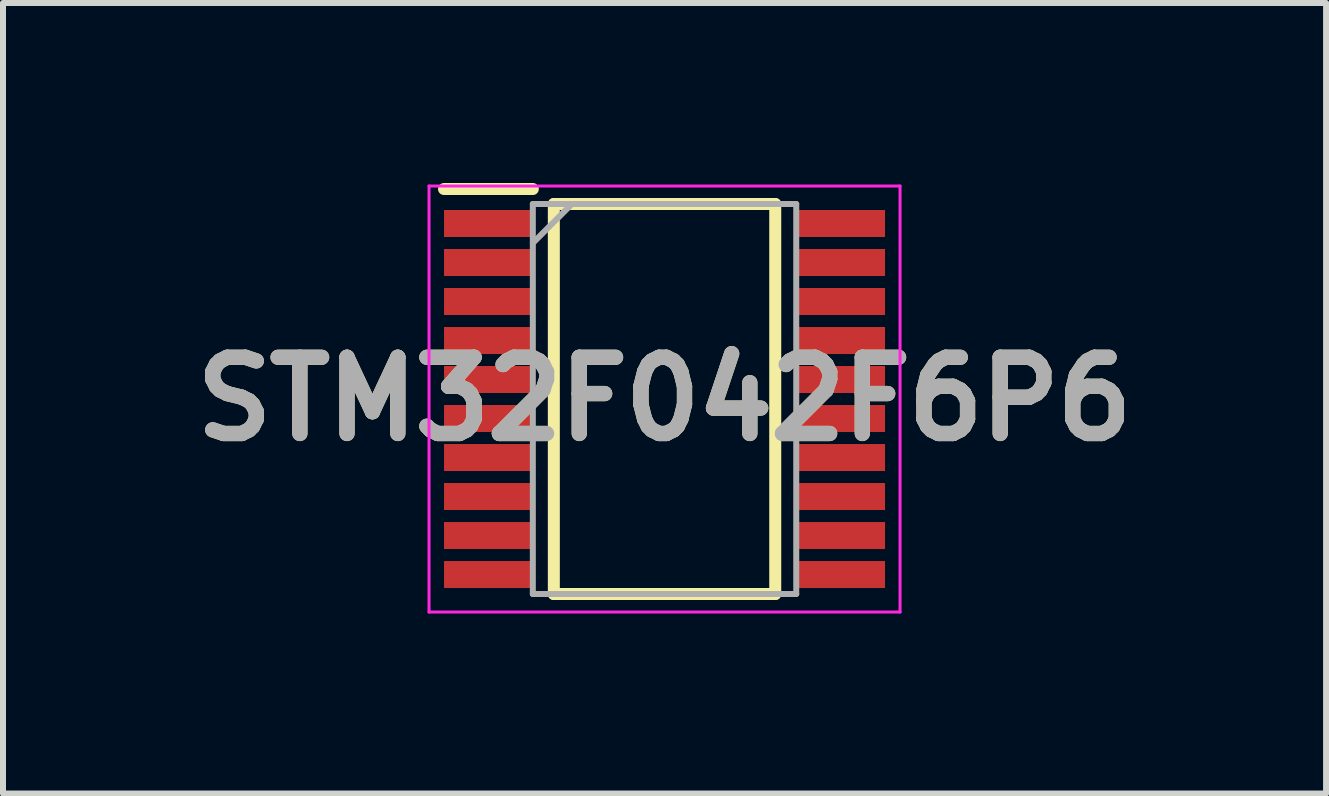
<source format=kicad_pcb>
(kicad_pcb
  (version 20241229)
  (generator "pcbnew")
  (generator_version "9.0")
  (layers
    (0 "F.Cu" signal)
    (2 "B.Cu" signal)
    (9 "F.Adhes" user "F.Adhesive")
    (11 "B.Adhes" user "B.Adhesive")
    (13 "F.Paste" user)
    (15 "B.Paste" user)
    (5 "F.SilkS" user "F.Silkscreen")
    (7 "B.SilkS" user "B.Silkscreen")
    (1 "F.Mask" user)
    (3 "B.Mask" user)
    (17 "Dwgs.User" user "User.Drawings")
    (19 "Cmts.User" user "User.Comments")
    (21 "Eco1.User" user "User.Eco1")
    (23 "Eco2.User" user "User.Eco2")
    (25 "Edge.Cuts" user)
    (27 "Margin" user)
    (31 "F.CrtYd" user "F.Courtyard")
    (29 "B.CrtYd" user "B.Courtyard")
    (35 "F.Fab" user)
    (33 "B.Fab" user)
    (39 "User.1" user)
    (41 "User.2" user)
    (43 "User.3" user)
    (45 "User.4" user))
  (footprint "STM32F042F6P6"
    (layer "F.Cu")
    (at 8.025 3.6)
    (property "Reference" "STM32F042F6P6" (at 0 0 0) (layer "F.SilkS") (effects (font (size 1.27 1.27) (thickness 0.254))))
    (attr smd)
    (fp_line (start -3.675 -3.5) (end -2.195 -3.5) (stroke (width 0.2) (type solid)) (layer "F.SilkS"))
    (fp_line (start -1.845 -3.25) (end 1.845 -3.25) (stroke (width 0.2) (type solid)) (layer "F.SilkS"))
    (fp_line (start -1.845 3.25) (end -1.845 -3.25) (stroke (width 0.2) (type solid)) (layer "F.SilkS"))
    (fp_line (start 1.845 -3.25) (end 1.845 3.25) (stroke (width 0.2) (type solid)) (layer "F.SilkS"))
    (fp_line (start 1.845 3.25) (end -1.845 3.25) (stroke (width 0.2) (type solid)) (layer "F.SilkS"))
    (fp_line (start -3.925 -3.55) (end 3.925 -3.55) (stroke (width 0.05) (type solid)) (layer "F.CrtYd"))
    (fp_line (start -3.925 3.55) (end -3.925 -3.55) (stroke (width 0.05) (type solid)) (layer "F.CrtYd"))
    (fp_line (start 3.925 -3.55) (end 3.925 3.55) (stroke (width 0.05) (type solid)) (layer "F.CrtYd"))
    (fp_line (start 3.925 3.55) (end -3.925 3.55) (stroke (width 0.05) (type solid)) (layer "F.CrtYd"))
    (fp_line (start -2.195 -3.25) (end 2.195 -3.25) (stroke (width 0.1) (type solid)) (layer "F.Fab"))
    (fp_line (start -2.195 -2.6) (end -1.545 -3.25) (stroke (width 0.1) (type solid)) (layer "F.Fab"))
    (fp_line (start -2.195 3.25) (end -2.195 -3.25) (stroke (width 0.1) (type solid)) (layer "F.Fab"))
    (fp_line (start 2.195 -3.25) (end 2.195 3.25) (stroke (width 0.1) (type solid)) (layer "F.Fab"))
    (fp_line (start 2.195 3.25) (end -2.195 3.25) (stroke (width 0.1) (type solid)) (layer "F.Fab"))
    (fp_text user "${REFERENCE}" (at 0 0 0) (layer "F.Fab") (effects (font (size 1.27 1.27) (thickness 0.254))))
    (pad "1" smd rect (at -2.935 -2.925 90) (size 0.45 1.48) (layers "F.Cu" "F.Mask" "F.Paste"))
    (pad "2" smd rect (at -2.935 -2.275 90) (size 0.45 1.48) (layers "F.Cu" "F.Mask" "F.Paste"))
    (pad "3" smd rect (at -2.935 -1.625 90) (size 0.45 1.48) (layers "F.Cu" "F.Mask" "F.Paste"))
    (pad "4" smd rect (at -2.935 -0.975 90) (size 0.45 1.48) (layers "F.Cu" "F.Mask" "F.Paste"))
    (pad "5" smd rect (at -2.935 -0.325 90) (size 0.45 1.48) (layers "F.Cu" "F.Mask" "F.Paste"))
    (pad "6" smd rect (at -2.935 0.325 90) (size 0.45 1.48) (layers "F.Cu" "F.Mask" "F.Paste"))
    (pad "7" smd rect (at -2.935 0.975 90) (size 0.45 1.48) (layers "F.Cu" "F.Mask" "F.Paste"))
    (pad "8" smd rect (at -2.935 1.625 90) (size 0.45 1.48) (layers "F.Cu" "F.Mask" "F.Paste"))
    (pad "9" smd rect (at -2.935 2.275 90) (size 0.45 1.48) (layers "F.Cu" "F.Mask" "F.Paste"))
    (pad "10" smd rect (at -2.935 2.925 90) (size 0.45 1.48) (layers "F.Cu" "F.Mask" "F.Paste"))
    (pad "11" smd rect (at 2.935 2.925 90) (size 0.45 1.48) (layers "F.Cu" "F.Mask" "F.Paste"))
    (pad "12" smd rect (at 2.935 2.275 90) (size 0.45 1.48) (layers "F.Cu" "F.Mask" "F.Paste"))
    (pad "13" smd rect (at 2.935 1.625 90) (size 0.45 1.48) (layers "F.Cu" "F.Mask" "F.Paste"))
    (pad "14" smd rect (at 2.935 0.975 90) (size 0.45 1.48) (layers "F.Cu" "F.Mask" "F.Paste"))
    (pad "15" smd rect (at 2.935 0.325 90) (size 0.45 1.48) (layers "F.Cu" "F.Mask" "F.Paste"))
    (pad "16" smd rect (at 2.935 -0.325 90) (size 0.45 1.48) (layers "F.Cu" "F.Mask" "F.Paste"))
    (pad "17" smd rect (at 2.935 -0.975 90) (size 0.45 1.48) (layers "F.Cu" "F.Mask" "F.Paste"))
    (pad "18" smd rect (at 2.935 -1.625 90) (size 0.45 1.48) (layers "F.Cu" "F.Mask" "F.Paste"))
    (pad "19" smd rect (at 2.935 -2.275 90) (size 0.45 1.48) (layers "F.Cu" "F.Mask" "F.Paste"))
    (pad "20" smd rect (at 2.935 -2.925 90) (size 0.45 1.48) (layers "F.Cu" "F.Mask" "F.Paste")))
  (gr_rect
    (start -3 -3)
    (end 19.05 10.175)
    (stroke (width 0.1) (type default))
    (fill no)
    (layer "Edge.Cuts")))
</source>
